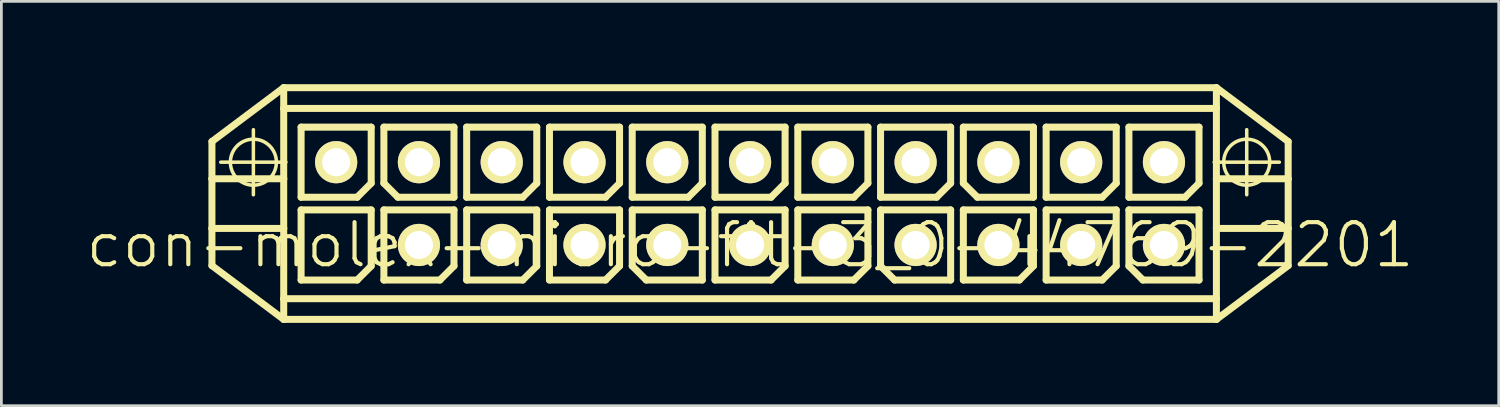
<source format=kicad_pcb>
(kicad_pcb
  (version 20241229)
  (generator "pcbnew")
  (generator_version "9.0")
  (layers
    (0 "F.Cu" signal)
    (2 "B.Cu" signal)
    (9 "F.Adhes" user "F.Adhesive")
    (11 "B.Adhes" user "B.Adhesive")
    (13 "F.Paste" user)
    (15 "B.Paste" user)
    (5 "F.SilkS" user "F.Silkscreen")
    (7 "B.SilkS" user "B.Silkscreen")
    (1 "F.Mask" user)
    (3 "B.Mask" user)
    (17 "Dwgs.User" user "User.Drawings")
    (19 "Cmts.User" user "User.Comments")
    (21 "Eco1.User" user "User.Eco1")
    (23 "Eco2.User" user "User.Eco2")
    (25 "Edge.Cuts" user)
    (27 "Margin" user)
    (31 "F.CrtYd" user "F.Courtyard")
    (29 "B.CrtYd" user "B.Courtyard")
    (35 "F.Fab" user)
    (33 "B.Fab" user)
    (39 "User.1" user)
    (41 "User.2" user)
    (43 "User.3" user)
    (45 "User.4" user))
  (footprint "con-molex-micro-fit-3_0-44769-2201"
    (layer "F.Cu")
    (at 24.13 5.827)
    (property "Reference" "con-molex-micro-fit-3_0-44769-2201" (at 0 0 0) (layer "F.SilkS") (effects (font (size 1.524 1.524) (thickness 0.15))))
    (attr exclude_from_pos_files exclude_from_bom)
    (fp_line (start -19.5 -3.749) (end -16.899 -5.7) (stroke (width 0.254) (type solid)) (layer "F.SilkS"))
    (fp_line (start -19.5 -2.398) (end -19.5 -3.749) (stroke (width 0.254) (type solid)) (layer "F.SilkS"))
    (fp_line (start -19.5 -2.398) (end -16.899 -2.398) (stroke (width 0.254) (type solid)) (layer "F.SilkS"))
    (fp_line (start -19.5 -0.599) (end -19.5 -2.398) (stroke (width 0.254) (type solid)) (layer "F.SilkS"))
    (fp_line (start -19.5 -0.599) (end -16.899 -0.599) (stroke (width 0.254) (type solid)) (layer "F.SilkS"))
    (fp_line (start -19.5 0.749) (end -19.5 -0.599) (stroke (width 0.254) (type solid)) (layer "F.SilkS"))
    (fp_line (start -19.18 -3) (end -16.82 -3) (stroke (width 0.127) (type solid)) (layer "F.SilkS"))
    (fp_line (start -17.998 -1.819) (end -17.998 -4.178) (stroke (width 0.127) (type solid)) (layer "F.SilkS"))
    (fp_line (start -16.899 -5.7) (end -16.899 -4.948) (stroke (width 0.254) (type solid)) (layer "F.SilkS"))
    (fp_line (start -16.899 -5.7) (end 16.899 -5.7) (stroke (width 0.254) (type solid)) (layer "F.SilkS"))
    (fp_line (start -16.899 -4.948) (end 16.899 -4.948) (stroke (width 0.254) (type solid)) (layer "F.SilkS"))
    (fp_line (start -16.899 -2.398) (end -16.899 -4.948) (stroke (width 0.254) (type solid)) (layer "F.SilkS"))
    (fp_line (start -16.899 -0.599) (end -16.899 -2.398) (stroke (width 0.254) (type solid)) (layer "F.SilkS"))
    (fp_line (start -16.899 -0.599) (end -16.899 1.948) (stroke (width 0.254) (type solid)) (layer "F.SilkS"))
    (fp_line (start -16.899 1.948) (end -16.899 2.697) (stroke (width 0.254) (type solid)) (layer "F.SilkS"))
    (fp_line (start -16.899 1.948) (end 16.899 1.948) (stroke (width 0.254) (type solid)) (layer "F.SilkS"))
    (fp_line (start -16.899 2.697) (end -19.5 0.749) (stroke (width 0.254) (type solid)) (layer "F.SilkS"))
    (fp_line (start -16.269 -4.27) (end -13.729 -4.27) (stroke (width 0.254) (type solid)) (layer "F.SilkS"))
    (fp_line (start -16.269 -1.73) (end -16.269 -4.27) (stroke (width 0.254) (type solid)) (layer "F.SilkS"))
    (fp_line (start -16.269 -1.27) (end -13.729 -1.27) (stroke (width 0.254) (type solid)) (layer "F.SilkS"))
    (fp_line (start -16.269 1.27) (end -16.269 -1.27) (stroke (width 0.254) (type solid)) (layer "F.SilkS"))
    (fp_line (start -14.237 -1.73) (end -16.269 -1.73) (stroke (width 0.254) (type solid)) (layer "F.SilkS"))
    (fp_line (start -14.237 1.27) (end -16.269 1.27) (stroke (width 0.254) (type solid)) (layer "F.SilkS"))
    (fp_line (start -13.729 -4.27) (end -13.729 -2.238) (stroke (width 0.254) (type solid)) (layer "F.SilkS"))
    (fp_line (start -13.729 -2.238) (end -14.237 -1.73) (stroke (width 0.254) (type solid)) (layer "F.SilkS"))
    (fp_line (start -13.729 -1.27) (end -13.729 0.762) (stroke (width 0.254) (type solid)) (layer "F.SilkS"))
    (fp_line (start -13.729 0.762) (end -14.237 1.27) (stroke (width 0.254) (type solid)) (layer "F.SilkS"))
    (fp_line (start -13.269 -4.27) (end -10.729 -4.27) (stroke (width 0.254) (type solid)) (layer "F.SilkS"))
    (fp_line (start -13.269 -2.238) (end -13.269 -4.27) (stroke (width 0.254) (type solid)) (layer "F.SilkS"))
    (fp_line (start -13.269 -1.27) (end -10.729 -1.27) (stroke (width 0.254) (type solid)) (layer "F.SilkS"))
    (fp_line (start -13.269 1.27) (end -13.269 -1.27) (stroke (width 0.254) (type solid)) (layer "F.SilkS"))
    (fp_line (start -12.761 -1.73) (end -13.269 -2.238) (stroke (width 0.254) (type solid)) (layer "F.SilkS"))
    (fp_line (start -11.237 1.27) (end -13.269 1.27) (stroke (width 0.254) (type solid)) (layer "F.SilkS"))
    (fp_line (start -10.729 -4.27) (end -10.729 -1.73) (stroke (width 0.254) (type solid)) (layer "F.SilkS"))
    (fp_line (start -10.729 -1.73) (end -12.761 -1.73) (stroke (width 0.254) (type solid)) (layer "F.SilkS"))
    (fp_line (start -10.729 -1.27) (end -10.729 0.762) (stroke (width 0.254) (type solid)) (layer "F.SilkS"))
    (fp_line (start -10.729 0.762) (end -11.237 1.27) (stroke (width 0.254) (type solid)) (layer "F.SilkS"))
    (fp_line (start -10.269 -4.27) (end -7.729 -4.27) (stroke (width 0.254) (type solid)) (layer "F.SilkS"))
    (fp_line (start -10.269 -1.73) (end -10.269 -4.27) (stroke (width 0.254) (type solid)) (layer "F.SilkS"))
    (fp_line (start -10.269 -1.27) (end -7.729 -1.27) (stroke (width 0.254) (type solid)) (layer "F.SilkS"))
    (fp_line (start -10.269 1.27) (end -10.269 -1.27) (stroke (width 0.254) (type solid)) (layer "F.SilkS"))
    (fp_line (start -8.237 -1.73) (end -10.269 -1.73) (stroke (width 0.254) (type solid)) (layer "F.SilkS"))
    (fp_line (start -8.237 1.27) (end -10.269 1.27) (stroke (width 0.254) (type solid)) (layer "F.SilkS"))
    (fp_line (start -7.729 -4.27) (end -7.729 -2.238) (stroke (width 0.254) (type solid)) (layer "F.SilkS"))
    (fp_line (start -7.729 -2.238) (end -8.237 -1.73) (stroke (width 0.254) (type solid)) (layer "F.SilkS"))
    (fp_line (start -7.729 -1.27) (end -7.729 0.762) (stroke (width 0.254) (type solid)) (layer "F.SilkS"))
    (fp_line (start -7.729 0.762) (end -8.237 1.27) (stroke (width 0.254) (type solid)) (layer "F.SilkS"))
    (fp_line (start -7.269 -4.27) (end -4.729 -4.27) (stroke (width 0.254) (type solid)) (layer "F.SilkS"))
    (fp_line (start -7.269 -1.73) (end -7.269 -4.27) (stroke (width 0.254) (type solid)) (layer "F.SilkS"))
    (fp_line (start -7.269 -1.27) (end -4.729 -1.27) (stroke (width 0.254) (type solid)) (layer "F.SilkS"))
    (fp_line (start -7.269 1.27) (end -7.269 -1.27) (stroke (width 0.254) (type solid)) (layer "F.SilkS"))
    (fp_line (start -5.237 -1.73) (end -7.269 -1.73) (stroke (width 0.254) (type solid)) (layer "F.SilkS"))
    (fp_line (start -5.237 1.27) (end -7.269 1.27) (stroke (width 0.254) (type solid)) (layer "F.SilkS"))
    (fp_line (start -4.729 -4.27) (end -4.729 -2.238) (stroke (width 0.254) (type solid)) (layer "F.SilkS"))
    (fp_line (start -4.729 -2.238) (end -5.237 -1.73) (stroke (width 0.254) (type solid)) (layer "F.SilkS"))
    (fp_line (start -4.729 -1.27) (end -4.729 0.762) (stroke (width 0.254) (type solid)) (layer "F.SilkS"))
    (fp_line (start -4.729 0.762) (end -5.237 1.27) (stroke (width 0.254) (type solid)) (layer "F.SilkS"))
    (fp_line (start -4.27 -4.27) (end -1.73 -4.27) (stroke (width 0.254) (type solid)) (layer "F.SilkS"))
    (fp_line (start -4.27 -1.73) (end -4.27 -4.27) (stroke (width 0.254) (type solid)) (layer "F.SilkS"))
    (fp_line (start -4.27 -1.27) (end -1.73 -1.27) (stroke (width 0.254) (type solid)) (layer "F.SilkS"))
    (fp_line (start -4.27 0.762) (end -4.27 -1.27) (stroke (width 0.254) (type solid)) (layer "F.SilkS"))
    (fp_line (start -3.762 1.27) (end -4.27 0.762) (stroke (width 0.254) (type solid)) (layer "F.SilkS"))
    (fp_line (start -2.238 -1.73) (end -4.27 -1.73) (stroke (width 0.254) (type solid)) (layer "F.SilkS"))
    (fp_line (start -1.73 -4.27) (end -1.73 -2.238) (stroke (width 0.254) (type solid)) (layer "F.SilkS"))
    (fp_line (start -1.73 -2.238) (end -2.238 -1.73) (stroke (width 0.254) (type solid)) (layer "F.SilkS"))
    (fp_line (start -1.73 -1.27) (end -1.73 1.27) (stroke (width 0.254) (type solid)) (layer "F.SilkS"))
    (fp_line (start -1.73 1.27) (end -3.762 1.27) (stroke (width 0.254) (type solid)) (layer "F.SilkS"))
    (fp_line (start -1.27 -4.27) (end 1.27 -4.27) (stroke (width 0.254) (type solid)) (layer "F.SilkS"))
    (fp_line (start -1.27 -1.73) (end -1.27 -4.27) (stroke (width 0.254) (type solid)) (layer "F.SilkS"))
    (fp_line (start -1.27 -1.27) (end 1.27 -1.27) (stroke (width 0.254) (type solid)) (layer "F.SilkS"))
    (fp_line (start -1.27 1.27) (end -1.27 -1.27) (stroke (width 0.254) (type solid)) (layer "F.SilkS"))
    (fp_line (start 0.762 -1.73) (end -1.27 -1.73) (stroke (width 0.254) (type solid)) (layer "F.SilkS"))
    (fp_line (start 0.762 1.27) (end -1.27 1.27) (stroke (width 0.254) (type solid)) (layer "F.SilkS"))
    (fp_line (start 1.27 -4.27) (end 1.27 -2.238) (stroke (width 0.254) (type solid)) (layer "F.SilkS"))
    (fp_line (start 1.27 -2.238) (end 0.762 -1.73) (stroke (width 0.254) (type solid)) (layer "F.SilkS"))
    (fp_line (start 1.27 -1.27) (end 1.27 0.762) (stroke (width 0.254) (type solid)) (layer "F.SilkS"))
    (fp_line (start 1.27 0.762) (end 0.762 1.27) (stroke (width 0.254) (type solid)) (layer "F.SilkS"))
    (fp_line (start 1.73 -4.27) (end 4.27 -4.27) (stroke (width 0.254) (type solid)) (layer "F.SilkS"))
    (fp_line (start 1.73 -1.73) (end 1.73 -4.27) (stroke (width 0.254) (type solid)) (layer "F.SilkS"))
    (fp_line (start 1.73 -1.27) (end 4.27 -1.27) (stroke (width 0.254) (type solid)) (layer "F.SilkS"))
    (fp_line (start 1.73 1.27) (end 1.73 -1.27) (stroke (width 0.254) (type solid)) (layer "F.SilkS"))
    (fp_line (start 3.762 -1.73) (end 1.73 -1.73) (stroke (width 0.254) (type solid)) (layer "F.SilkS"))
    (fp_line (start 3.762 1.27) (end 1.73 1.27) (stroke (width 0.254) (type solid)) (layer "F.SilkS"))
    (fp_line (start 4.27 -4.27) (end 4.27 -2.238) (stroke (width 0.254) (type solid)) (layer "F.SilkS"))
    (fp_line (start 4.27 -2.238) (end 3.762 -1.73) (stroke (width 0.254) (type solid)) (layer "F.SilkS"))
    (fp_line (start 4.27 -1.27) (end 4.27 0.762) (stroke (width 0.254) (type solid)) (layer "F.SilkS"))
    (fp_line (start 4.27 0.762) (end 3.762 1.27) (stroke (width 0.254) (type solid)) (layer "F.SilkS"))
    (fp_line (start 4.729 -4.27) (end 7.269 -4.27) (stroke (width 0.254) (type solid)) (layer "F.SilkS"))
    (fp_line (start 4.729 -1.73) (end 4.729 -4.27) (stroke (width 0.254) (type solid)) (layer "F.SilkS"))
    (fp_line (start 4.729 -1.27) (end 7.269 -1.27) (stroke (width 0.254) (type solid)) (layer "F.SilkS"))
    (fp_line (start 4.729 0.762) (end 4.729 -1.27) (stroke (width 0.254) (type solid)) (layer "F.SilkS"))
    (fp_line (start 5.237 1.27) (end 4.729 0.762) (stroke (width 0.254) (type solid)) (layer "F.SilkS"))
    (fp_line (start 6.761 -1.73) (end 4.729 -1.73) (stroke (width 0.254) (type solid)) (layer "F.SilkS"))
    (fp_line (start 7.269 -4.27) (end 7.269 -2.238) (stroke (width 0.254) (type solid)) (layer "F.SilkS"))
    (fp_line (start 7.269 -2.238) (end 6.761 -1.73) (stroke (width 0.254) (type solid)) (layer "F.SilkS"))
    (fp_line (start 7.269 -1.27) (end 7.269 1.27) (stroke (width 0.254) (type solid)) (layer "F.SilkS"))
    (fp_line (start 7.269 1.27) (end 5.237 1.27) (stroke (width 0.254) (type solid)) (layer "F.SilkS"))
    (fp_line (start 7.729 -4.27) (end 10.269 -4.27) (stroke (width 0.254) (type solid)) (layer "F.SilkS"))
    (fp_line (start 7.729 -2.238) (end 7.729 -4.27) (stroke (width 0.254) (type solid)) (layer "F.SilkS"))
    (fp_line (start 7.729 -1.27) (end 10.269 -1.27) (stroke (width 0.254) (type solid)) (layer "F.SilkS"))
    (fp_line (start 7.729 1.27) (end 7.729 -1.27) (stroke (width 0.254) (type solid)) (layer "F.SilkS"))
    (fp_line (start 8.237 -1.73) (end 7.729 -2.238) (stroke (width 0.254) (type solid)) (layer "F.SilkS"))
    (fp_line (start 9.761 1.27) (end 7.729 1.27) (stroke (width 0.254) (type solid)) (layer "F.SilkS"))
    (fp_line (start 10.269 -4.27) (end 10.269 -1.73) (stroke (width 0.254) (type solid)) (layer "F.SilkS"))
    (fp_line (start 10.269 -1.73) (end 8.237 -1.73) (stroke (width 0.254) (type solid)) (layer "F.SilkS"))
    (fp_line (start 10.269 -1.27) (end 10.269 0.762) (stroke (width 0.254) (type solid)) (layer "F.SilkS"))
    (fp_line (start 10.269 0.762) (end 9.761 1.27) (stroke (width 0.254) (type solid)) (layer "F.SilkS"))
    (fp_line (start 10.729 -4.27) (end 13.269 -4.27) (stroke (width 0.254) (type solid)) (layer "F.SilkS"))
    (fp_line (start 10.729 -1.73) (end 10.729 -4.27) (stroke (width 0.254) (type solid)) (layer "F.SilkS"))
    (fp_line (start 10.729 -1.27) (end 13.269 -1.27) (stroke (width 0.254) (type solid)) (layer "F.SilkS"))
    (fp_line (start 10.729 1.27) (end 10.729 -1.27) (stroke (width 0.254) (type solid)) (layer "F.SilkS"))
    (fp_line (start 12.761 -1.73) (end 10.729 -1.73) (stroke (width 0.254) (type solid)) (layer "F.SilkS"))
    (fp_line (start 12.761 1.27) (end 10.729 1.27) (stroke (width 0.254) (type solid)) (layer "F.SilkS"))
    (fp_line (start 13.269 -4.27) (end 13.269 -2.238) (stroke (width 0.254) (type solid)) (layer "F.SilkS"))
    (fp_line (start 13.269 -2.238) (end 12.761 -1.73) (stroke (width 0.254) (type solid)) (layer "F.SilkS"))
    (fp_line (start 13.269 -1.27) (end 13.269 0.762) (stroke (width 0.254) (type solid)) (layer "F.SilkS"))
    (fp_line (start 13.269 0.762) (end 12.761 1.27) (stroke (width 0.254) (type solid)) (layer "F.SilkS"))
    (fp_line (start 13.729 -4.27) (end 16.269 -4.27) (stroke (width 0.254) (type solid)) (layer "F.SilkS"))
    (fp_line (start 13.729 -1.73) (end 13.729 -4.27) (stroke (width 0.254) (type solid)) (layer "F.SilkS"))
    (fp_line (start 13.729 -1.27) (end 16.269 -1.27) (stroke (width 0.254) (type solid)) (layer "F.SilkS"))
    (fp_line (start 13.729 0.762) (end 13.729 -1.27) (stroke (width 0.254) (type solid)) (layer "F.SilkS"))
    (fp_line (start 14.237 1.27) (end 13.729 0.762) (stroke (width 0.254) (type solid)) (layer "F.SilkS"))
    (fp_line (start 15.761 -1.73) (end 13.729 -1.73) (stroke (width 0.254) (type solid)) (layer "F.SilkS"))
    (fp_line (start 16.269 -4.27) (end 16.269 -2.238) (stroke (width 0.254) (type solid)) (layer "F.SilkS"))
    (fp_line (start 16.269 -2.238) (end 15.761 -1.73) (stroke (width 0.254) (type solid)) (layer "F.SilkS"))
    (fp_line (start 16.269 -1.27) (end 16.269 1.27) (stroke (width 0.254) (type solid)) (layer "F.SilkS"))
    (fp_line (start 16.269 1.27) (end 14.237 1.27) (stroke (width 0.254) (type solid)) (layer "F.SilkS"))
    (fp_line (start 16.82 -3) (end 19.18 -3) (stroke (width 0.127) (type solid)) (layer "F.SilkS"))
    (fp_line (start 16.899 -5.7) (end 16.899 -4.948) (stroke (width 0.254) (type solid)) (layer "F.SilkS"))
    (fp_line (start 16.899 -5.7) (end 19.5 -3.749) (stroke (width 0.254) (type solid)) (layer "F.SilkS"))
    (fp_line (start 16.899 -4.948) (end 16.899 -2.398) (stroke (width 0.254) (type solid)) (layer "F.SilkS"))
    (fp_line (start 16.899 -2.398) (end 16.899 -0.599) (stroke (width 0.254) (type solid)) (layer "F.SilkS"))
    (fp_line (start 16.899 -2.398) (end 19.5 -2.398) (stroke (width 0.254) (type solid)) (layer "F.SilkS"))
    (fp_line (start 16.899 -0.599) (end 16.899 1.948) (stroke (width 0.254) (type solid)) (layer "F.SilkS"))
    (fp_line (start 16.899 -0.599) (end 19.5 -0.599) (stroke (width 0.254) (type solid)) (layer "F.SilkS"))
    (fp_line (start 16.899 1.948) (end 16.899 2.697) (stroke (width 0.254) (type solid)) (layer "F.SilkS"))
    (fp_line (start 16.899 2.697) (end -16.899 2.697) (stroke (width 0.254) (type solid)) (layer "F.SilkS"))
    (fp_line (start 17.998 -1.819) (end 17.998 -4.178) (stroke (width 0.127) (type solid)) (layer "F.SilkS"))
    (fp_line (start 19.5 -3.749) (end 19.5 -2.398) (stroke (width 0.254) (type solid)) (layer "F.SilkS"))
    (fp_line (start 19.5 -2.398) (end 19.5 -0.599) (stroke (width 0.254) (type solid)) (layer "F.SilkS"))
    (fp_line (start 19.5 -0.599) (end 19.5 0.749) (stroke (width 0.254) (type solid)) (layer "F.SilkS"))
    (fp_line (start 19.5 0.749) (end 16.899 2.697) (stroke (width 0.254) (type solid)) (layer "F.SilkS"))
    (fp_circle (center -17.998 -3) (end -18.588 -3.589) (stroke (width 0.127) (type solid)) (fill no) (layer "F.SilkS"))
    (fp_circle (center 17.998 -3) (end 18.588 -3.589) (stroke (width 0.127) (type solid)) (fill no) (layer "F.SilkS"))
    (pad "P$1" thru_hole rect (at -14.999 0) (size 0.001 0.001) (drill 1.019) (layers "*.Cu" "F.Mask" "F.SilkS" "F.Paste"))
    (pad "P$2" thru_hole circle (at -11.999 0) (size 1.529 1.529) (drill 1.019) (layers "*.Cu" "F.Mask" "F.SilkS" "F.Paste"))
    (pad "P$3" thru_hole circle (at -8.999 0) (size 1.529 1.529) (drill 1.019) (layers "*.Cu" "F.Mask" "F.SilkS" "F.Paste"))
    (pad "P$4" thru_hole circle (at -5.999 0) (size 1.529 1.529) (drill 1.019) (layers "*.Cu" "F.Mask" "F.SilkS" "F.Paste"))
    (pad "P$5" thru_hole circle (at -3 0) (size 1.529 1.529) (drill 1.019) (layers "*.Cu" "F.Mask" "F.SilkS" "F.Paste"))
    (pad "P$6" thru_hole circle (at 0 0) (size 1.529 1.529) (drill 1.019) (layers "*.Cu" "F.Mask" "F.SilkS" "F.Paste"))
    (pad "P$7" thru_hole circle (at 3 0) (size 1.529 1.529) (drill 1.019) (layers "*.Cu" "F.Mask" "F.SilkS" "F.Paste"))
    (pad "P$8" thru_hole circle (at 5.999 0) (size 1.529 1.529) (drill 1.019) (layers "*.Cu" "F.Mask" "F.SilkS" "F.Paste"))
    (pad "P$9" thru_hole circle (at 8.999 0) (size 1.529 1.529) (drill 1.019) (layers "*.Cu" "F.Mask" "F.SilkS" "F.Paste"))
    (pad "P$10" thru_hole circle (at 11.999 0) (size 1.529 1.529) (drill 1.019) (layers "*.Cu" "F.Mask" "F.SilkS" "F.Paste"))
    (pad "P$11" thru_hole circle (at 14.999 0) (size 1.529 1.529) (drill 1.019) (layers "*.Cu" "F.Mask" "F.SilkS" "F.Paste"))
    (pad "P$12" thru_hole circle (at -14.999 -3) (size 1.529 1.529) (drill 1.019) (layers "*.Cu" "F.Mask" "F.SilkS" "F.Paste"))
    (pad "P$13" thru_hole circle (at -11.999 -3) (size 1.529 1.529) (drill 1.019) (layers "*.Cu" "F.Mask" "F.SilkS" "F.Paste"))
    (pad "P$14" thru_hole circle (at -8.999 -3) (size 1.529 1.529) (drill 1.019) (layers "*.Cu" "F.Mask" "F.SilkS" "F.Paste"))
    (pad "P$15" thru_hole circle (at -5.999 -3) (size 1.529 1.529) (drill 1.019) (layers "*.Cu" "F.Mask" "F.SilkS" "F.Paste"))
    (pad "P$16" thru_hole circle (at -3 -3) (size 1.529 1.529) (drill 1.019) (layers "*.Cu" "F.Mask" "F.SilkS" "F.Paste"))
    (pad "P$17" thru_hole circle (at 0 -3) (size 1.529 1.529) (drill 1.019) (layers "*.Cu" "F.Mask" "F.SilkS" "F.Paste"))
    (pad "P$18" thru_hole circle (at 3 -3) (size 1.529 1.529) (drill 1.019) (layers "*.Cu" "F.Mask" "F.SilkS" "F.Paste"))
    (pad "P$19" thru_hole circle (at 5.999 -3) (size 1.529 1.529) (drill 1.019) (layers "*.Cu" "F.Mask" "F.SilkS" "F.Paste"))
    (pad "P$20" thru_hole circle (at 8.999 -3) (size 1.529 1.529) (drill 1.019) (layers "*.Cu" "F.Mask" "F.SilkS" "F.Paste"))
    (pad "P$21" thru_hole circle (at 11.999 -3) (size 1.529 1.529) (drill 1.019) (layers "*.Cu" "F.Mask" "F.SilkS" "F.Paste"))
    (pad "P$22" thru_hole circle (at 14.999 -3) (size 1.529 1.529) (drill 1.019) (layers "*.Cu" "F.Mask" "F.SilkS" "F.Paste")))
  (gr_rect
    (start -3 -3)
    (end 51.26 11.651)
    (stroke (width 0.1) (type default))
    (fill no)
    (layer "Edge.Cuts")))
</source>
